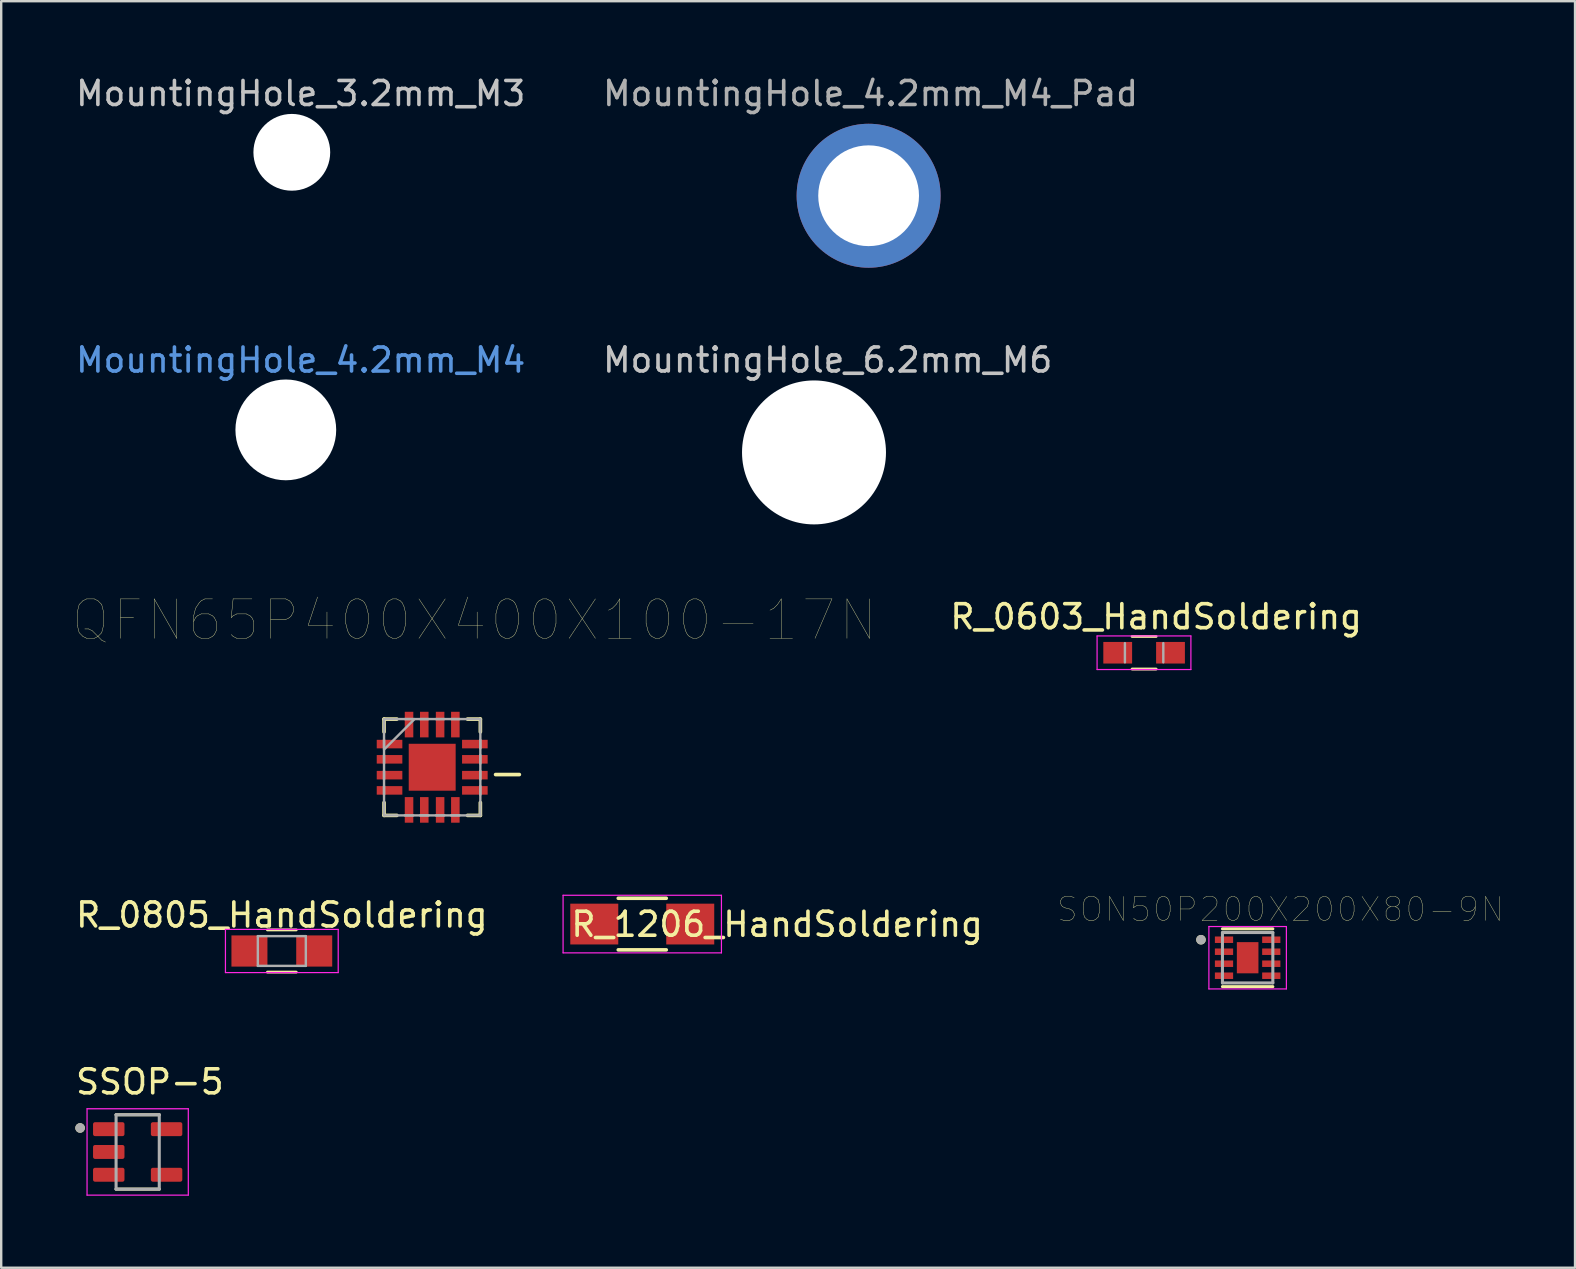
<source format=kicad_pcb>
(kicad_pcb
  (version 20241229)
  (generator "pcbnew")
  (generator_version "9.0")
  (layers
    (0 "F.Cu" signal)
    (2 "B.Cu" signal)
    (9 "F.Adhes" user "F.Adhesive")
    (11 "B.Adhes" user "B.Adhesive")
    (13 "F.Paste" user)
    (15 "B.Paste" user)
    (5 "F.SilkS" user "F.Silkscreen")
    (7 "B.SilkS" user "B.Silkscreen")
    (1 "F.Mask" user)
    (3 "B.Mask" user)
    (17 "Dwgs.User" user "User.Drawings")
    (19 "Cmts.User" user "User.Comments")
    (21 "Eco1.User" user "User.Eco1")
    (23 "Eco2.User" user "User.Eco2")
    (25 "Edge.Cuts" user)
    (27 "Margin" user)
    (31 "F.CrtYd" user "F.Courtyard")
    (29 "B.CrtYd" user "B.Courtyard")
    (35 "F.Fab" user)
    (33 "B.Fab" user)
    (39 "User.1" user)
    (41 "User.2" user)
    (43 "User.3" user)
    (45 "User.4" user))
  (footprint "R_0805_HandSoldering"
    (layer "F.Cu")
    (at 8.696 36.586)
    (property "Reference" "R_0805_HandSoldering" (at 0 -1.5 0) (layer "F.SilkS") (effects (font (size 1 1) (thickness 0.15))))
    (attr through_hole)
    (fp_line (start -0.6 -0.88) (end 0.6 -0.88) (stroke (width 0.12) (type solid)) (layer "F.SilkS"))
    (fp_line (start 0.6 0.88) (end -0.6 0.88) (stroke (width 0.12) (type solid)) (layer "F.SilkS"))
    (fp_line (start -2.35 -0.9) (end -2.35 0.9) (stroke (width 0.05) (type solid)) (layer "F.CrtYd"))
    (fp_line (start -2.35 -0.9) (end 2.35 -0.9) (stroke (width 0.05) (type solid)) (layer "F.CrtYd"))
    (fp_line (start 2.35 0.9) (end -2.35 0.9) (stroke (width 0.05) (type solid)) (layer "F.CrtYd"))
    (fp_line (start 2.35 0.9) (end 2.35 -0.9) (stroke (width 0.05) (type solid)) (layer "F.CrtYd"))
    (fp_line (start -1 -0.62) (end 1 -0.62) (stroke (width 0.1) (type solid)) (layer "F.Fab"))
    (fp_line (start -1 0.62) (end -1 -0.62) (stroke (width 0.1) (type solid)) (layer "F.Fab"))
    (fp_line (start 1 -0.62) (end 1 0.62) (stroke (width 0.1) (type solid)) (layer "F.Fab"))
    (fp_line (start 1 0.62) (end -1 0.62) (stroke (width 0.1) (type solid)) (layer "F.Fab"))
    (pad "1" smd rect (at -1.35 0) (size 1.5 1.3) (layers "F.Cu" "F.Mask" "F.Paste"))
    (pad "2" smd rect (at 1.35 0) (size 1.5 1.3) (layers "F.Cu" "F.Mask" "F.Paste")))
  (footprint "MountingHole_6.2mm_M6"
    (layer "F.Cu")
    (at 30.876 15.806)
    (property "Reference" "MountingHole_6.2mm_M6" (at 0.57 -3.85 0) (layer "Dwgs.User") (effects (font (size 1 1) (thickness 0.15))))
    (attr through_hole)
    (pad "" np_thru_hole circle (at 0 0) (size 6 6) (drill 6) (layers "*.Cu" "*.Mask")))
  (footprint "MountingHole_4.2mm_M4"
    (layer "F.Cu")
    (at 8.862 14.867)
    (property "Reference" "MountingHole_4.2mm_M4" (at 0.62 -2.91 0) (layer "Cmts.User") (effects (font (size 1 1) (thickness 0.15))))
    (attr through_hole)
    (pad "" np_thru_hole circle (at 0 0) (size 4.2 4.2) (drill 4.2) (layers "*.Cu" "*.Mask")))
  (footprint "QFN65P400X400X100-17N"
    (layer "F.Cu")
    (at 14.963 28.927)
    (property "Reference" "QFN65P400X400X100-17N" (at 1.756 -6.133 0) (layer "F.SilkS") (effects (font (size 1.643 1.643) (thickness 0.015))))
    (attr through_hole)
    (fp_line (start -2.007 -2.007) (end -2.007 -1.473) (stroke (width 0.152) (type solid)) (layer "F.SilkS"))
    (fp_line (start -2.007 1.473) (end -2.007 2.007) (stroke (width 0.152) (type solid)) (layer "F.SilkS"))
    (fp_line (start -2.007 2.007) (end -1.473 2.007) (stroke (width 0.152) (type solid)) (layer "F.SilkS"))
    (fp_line (start -1.473 -2.007) (end -2.007 -2.007) (stroke (width 0.152) (type solid)) (layer "F.SilkS"))
    (fp_line (start 1.473 2.007) (end 2.007 2.007) (stroke (width 0.152) (type solid)) (layer "F.SilkS"))
    (fp_line (start 2.007 -2.007) (end 1.473 -2.007) (stroke (width 0.152) (type solid)) (layer "F.SilkS"))
    (fp_line (start 2.007 -1.473) (end 2.007 -2.007) (stroke (width 0.152) (type solid)) (layer "F.SilkS"))
    (fp_line (start 2.007 2.007) (end 2.007 1.473) (stroke (width 0.152) (type solid)) (layer "F.SilkS"))
    (fp_line (start 2.642 0.305) (end 3.632 0.305) (stroke (width 0.152) (type solid)) (layer "F.SilkS"))
    (fp_line (start -2.007 -2.007) (end -2.007 2.007) (stroke (width 0.1) (type solid)) (layer "F.Fab"))
    (fp_line (start -2.007 -1.143) (end -2.007 -0.787) (stroke (width 0.1) (type solid)) (layer "F.Fab"))
    (fp_line (start -2.007 -0.737) (end -0.737 -2.007) (stroke (width 0.1) (type solid)) (layer "F.Fab"))
    (fp_line (start -2.007 -0.508) (end -2.007 -0.152) (stroke (width 0.1) (type solid)) (layer "F.Fab"))
    (fp_line (start -2.007 0.152) (end -2.007 0.508) (stroke (width 0.1) (type solid)) (layer "F.Fab"))
    (fp_line (start -2.007 0.787) (end -2.007 1.143) (stroke (width 0.1) (type solid)) (layer "F.Fab"))
    (fp_line (start -2.007 2.007) (end 2.007 2.007) (stroke (width 0.1) (type solid)) (layer "F.Fab"))
    (fp_line (start -1.143 2.007) (end -0.787 2.007) (stroke (width 0.1) (type solid)) (layer "F.Fab"))
    (fp_line (start -0.787 -2.007) (end -1.143 -2.007) (stroke (width 0.1) (type solid)) (layer "F.Fab"))
    (fp_line (start -0.508 2.007) (end -0.152 2.007) (stroke (width 0.1) (type solid)) (layer "F.Fab"))
    (fp_line (start -0.152 -2.007) (end -0.508 -2.007) (stroke (width 0.1) (type solid)) (layer "F.Fab"))
    (fp_line (start 0.152 2.007) (end 0.508 2.007) (stroke (width 0.1) (type solid)) (layer "F.Fab"))
    (fp_line (start 0.508 -2.007) (end 0.152 -2.007) (stroke (width 0.1) (type solid)) (layer "F.Fab"))
    (fp_line (start 0.787 2.007) (end 1.143 2.007) (stroke (width 0.1) (type solid)) (layer "F.Fab"))
    (fp_line (start 1.143 -2.007) (end 0.787 -2.007) (stroke (width 0.1) (type solid)) (layer "F.Fab"))
    (fp_line (start 2.007 -2.007) (end -2.007 -2.007) (stroke (width 0.1) (type solid)) (layer "F.Fab"))
    (fp_line (start 2.007 -0.787) (end 2.007 -1.143) (stroke (width 0.1) (type solid)) (layer "F.Fab"))
    (fp_line (start 2.007 -0.152) (end 2.007 -0.508) (stroke (width 0.1) (type solid)) (layer "F.Fab"))
    (fp_line (start 2.007 0.508) (end 2.007 0.152) (stroke (width 0.1) (type solid)) (layer "F.Fab"))
    (fp_line (start 2.007 1.143) (end 2.007 0.787) (stroke (width 0.1) (type solid)) (layer "F.Fab"))
    (fp_line (start 2.007 2.007) (end 2.007 -2.007) (stroke (width 0.1) (type solid)) (layer "F.Fab"))
    (pad "1" smd rect (at -1.778 -0.965) (size 1.067 0.356) (layers "F.Cu" "F.Mask" "F.Paste"))
    (pad "2" smd rect (at -1.778 -0.33) (size 1.067 0.356) (layers "F.Cu" "F.Mask" "F.Paste"))
    (pad "3" smd rect (at -1.778 0.33) (size 1.067 0.356) (layers "F.Cu" "F.Mask" "F.Paste"))
    (pad "4" smd rect (at -1.778 0.965) (size 1.067 0.356) (layers "F.Cu" "F.Mask" "F.Paste"))
    (pad "5" smd rect (at -0.965 1.778) (size 0.356 1.067) (layers "F.Cu" "F.Mask" "F.Paste"))
    (pad "6" smd rect (at -0.33 1.778) (size 0.356 1.067) (layers "F.Cu" "F.Mask" "F.Paste"))
    (pad "7" smd rect (at 0.33 1.778) (size 0.356 1.067) (layers "F.Cu" "F.Mask" "F.Paste"))
    (pad "8" smd rect (at 0.965 1.778) (size 0.356 1.067) (layers "F.Cu" "F.Mask" "F.Paste"))
    (pad "9" smd rect (at 1.778 0.965) (size 1.067 0.356) (layers "F.Cu" "F.Mask" "F.Paste"))
    (pad "10" smd rect (at 1.778 0.33) (size 1.067 0.356) (layers "F.Cu" "F.Mask" "F.Paste"))
    (pad "11" smd rect (at 1.778 -0.33) (size 1.067 0.356) (layers "F.Cu" "F.Mask" "F.Paste"))
    (pad "12" smd rect (at 1.778 -0.965) (size 1.067 0.356) (layers "F.Cu" "F.Mask" "F.Paste"))
    (pad "13" smd rect (at 0.965 -1.778) (size 0.356 1.067) (layers "F.Cu" "F.Mask" "F.Paste"))
    (pad "14" smd rect (at 0.33 -1.778) (size 0.356 1.067) (layers "F.Cu" "F.Mask" "F.Paste"))
    (pad "15" smd rect (at -0.33 -1.778) (size 0.356 1.067) (layers "F.Cu" "F.Mask" "F.Paste"))
    (pad "16" smd rect (at -0.965 -1.778) (size 0.356 1.067) (layers "F.Cu" "F.Mask" "F.Paste"))
    (pad "17" smd rect (at 0 0) (size 1.956 1.956) (layers "F.Cu" "F.Mask" "F.Paste")))
  (footprint "SON50P200X200X80-9N"
    (layer "F.Cu")
    (at 48.949 36.866)
    (property "Reference" "SON50P200X200X80-9N" (at 1.365 -2.017 0) (layer "F.SilkS") (effects (font (size 1 1) (thickness 0.015))))
    (attr through_hole)
    (fp_line (start -1.05 -1.205) (end 1.05 -1.205) (stroke (width 0.127) (type solid)) (layer "F.SilkS"))
    (fp_line (start -1.05 1.205) (end 1.05 1.205) (stroke (width 0.127) (type solid)) (layer "F.SilkS"))
    (fp_circle (center -1.945 -0.75) (end -1.845 -0.75) (stroke (width 0.2) (type solid)) (fill no) (layer "F.SilkS"))
    (fp_poly (pts (xy -0.28 -0.41) (xy 0.28 -0.41) (xy 0.28 0.41) (xy -0.28 0.41)) (stroke (width 0.01) (type solid)) (fill yes) (layer "F.Paste"))
    (fp_line (start -1.615 -1.3) (end -1.615 1.3) (stroke (width 0.05) (type solid)) (layer "F.CrtYd"))
    (fp_line (start -1.615 -1.3) (end 1.615 -1.3) (stroke (width 0.05) (type solid)) (layer "F.CrtYd"))
    (fp_line (start -1.615 1.3) (end 1.615 1.3) (stroke (width 0.05) (type solid)) (layer "F.CrtYd"))
    (fp_line (start 1.615 -1.3) (end 1.615 1.3) (stroke (width 0.05) (type solid)) (layer "F.CrtYd"))
    (fp_line (start -1.05 -1.05) (end -1.05 1.05) (stroke (width 0.127) (type solid)) (layer "F.Fab"))
    (fp_line (start -1.05 -1.05) (end 1.05 -1.05) (stroke (width 0.127) (type solid)) (layer "F.Fab"))
    (fp_line (start -1.05 1.05) (end 1.05 1.05) (stroke (width 0.127) (type solid)) (layer "F.Fab"))
    (fp_line (start 1.05 -1.05) (end 1.05 1.05) (stroke (width 0.127) (type solid)) (layer "F.Fab"))
    (fp_circle (center -1.945 -0.75) (end -1.845 -0.75) (stroke (width 0.2) (type solid)) (fill no) (layer "F.Fab"))
    (pad "1" smd rect (at -0.985 -0.75) (size 0.76 0.27) (layers "F.Cu" "F.Mask" "F.Paste"))
    (pad "2" smd rect (at -0.985 -0.25) (size 0.76 0.27) (layers "F.Cu" "F.Mask" "F.Paste"))
    (pad "3" smd rect (at -0.985 0.25) (size 0.76 0.27) (layers "F.Cu" "F.Mask" "F.Paste"))
    (pad "4" smd rect (at -0.985 0.75) (size 0.76 0.27) (layers "F.Cu" "F.Mask" "F.Paste"))
    (pad "5" smd rect (at 0.985 0.75) (size 0.76 0.27) (layers "F.Cu" "F.Mask" "F.Paste"))
    (pad "6" smd rect (at 0.985 0.25) (size 0.76 0.27) (layers "F.Cu" "F.Mask" "F.Paste"))
    (pad "7" smd rect (at 0.985 -0.25) (size 0.76 0.27) (layers "F.Cu" "F.Mask" "F.Paste"))
    (pad "8" smd rect (at 0.985 -0.75) (size 0.76 0.27) (layers "F.Cu" "F.Mask" "F.Paste"))
    (pad "9" smd rect (at 0 0) (size 0.9 1.3) (layers "F.Cu" "F.Mask")))
  (footprint "R_0603_HandSoldering"
    (layer "F.Cu")
    (at 44.634 24.155)
    (property "Reference" "R_0603_HandSoldering" (at 0.5 -1.5 0) (layer "F.SilkS") (effects (font (size 1 1) (thickness 0.15))))
    (attr through_hole)
    (fp_line (start -0.5 -0.68) (end 0.5 -0.68) (stroke (width 0.12) (type solid)) (layer "F.SilkS"))
    (fp_line (start 0.5 0.68) (end -0.5 0.68) (stroke (width 0.12) (type solid)) (layer "F.SilkS"))
    (fp_line (start -1.96 -0.7) (end -1.96 0.7) (stroke (width 0.05) (type solid)) (layer "F.CrtYd"))
    (fp_line (start -1.96 -0.7) (end 1.95 -0.7) (stroke (width 0.05) (type solid)) (layer "F.CrtYd"))
    (fp_line (start 1.95 0.7) (end -1.96 0.7) (stroke (width 0.05) (type solid)) (layer "F.CrtYd"))
    (fp_line (start 1.95 0.7) (end 1.95 -0.7) (stroke (width 0.05) (type solid)) (layer "F.CrtYd"))
    (fp_line (start -0.8 0.4) (end -0.8 -0.4) (stroke (width 0.1) (type solid)) (layer "F.Fab"))
    (fp_line (start 0.8 -0.4) (end 0.8 0.4) (stroke (width 0.1) (type solid)) (layer "F.Fab"))
    (pad "1" smd rect (at -1.1 0) (size 1.2 0.9) (layers "F.Cu" "F.Mask" "F.Paste"))
    (pad "2" smd rect (at 1.1 0) (size 1.2 0.9) (layers "F.Cu" "F.Mask" "F.Paste")))
  (footprint "SSOP-5"
    (layer "F.Cu")
    (at 2.688 44.961)
    (property "Reference" "SSOP-5" (at 0.508 -2.921 0) (layer "F.SilkS") (effects (font (size 1 1) (thickness 0.15))))
    (attr smd)
    (fp_line (start -0.9 -1.55) (end 0.9 -1.55) (stroke (width 0.127) (type solid)) (layer "F.SilkS"))
    (fp_line (start 0.9 1.55) (end -0.9 1.55) (stroke (width 0.127) (type solid)) (layer "F.SilkS"))
    (fp_circle (center -2.4 -1) (end -2.3 -1) (stroke (width 0.2) (type solid)) (fill no) (layer "F.SilkS"))
    (fp_line (start -2.11 -1.8) (end 2.11 -1.8) (stroke (width 0.05) (type solid)) (layer "F.CrtYd"))
    (fp_line (start -2.11 1.8) (end -2.11 -1.8) (stroke (width 0.05) (type solid)) (layer "F.CrtYd"))
    (fp_line (start 2.11 -1.8) (end 2.11 1.8) (stroke (width 0.05) (type solid)) (layer "F.CrtYd"))
    (fp_line (start 2.11 1.8) (end -2.11 1.8) (stroke (width 0.05) (type solid)) (layer "F.CrtYd"))
    (fp_line (start -0.9 -1.55) (end 0.9 -1.55) (stroke (width 0.127) (type solid)) (layer "F.Fab"))
    (fp_line (start -0.9 1.55) (end -0.9 -1.55) (stroke (width 0.127) (type solid)) (layer "F.Fab"))
    (fp_line (start 0.9 -1.55) (end 0.9 1.55) (stroke (width 0.127) (type solid)) (layer "F.Fab"))
    (fp_line (start 0.9 1.55) (end -0.9 1.55) (stroke (width 0.127) (type solid)) (layer "F.Fab"))
    (fp_circle (center -2.4 -1) (end -2.3 -1) (stroke (width 0.2) (type solid)) (fill no) (layer "F.Fab"))
    (pad "1" smd roundrect (at -1.205 -0.95) (size 1.31 0.58) (layers "F.Cu" "F.Mask" "F.Paste") (roundrect_rratio 0.14))
    (pad "2" smd roundrect (at -1.205 0) (size 1.31 0.58) (layers "F.Cu" "F.Mask" "F.Paste") (roundrect_rratio 0.14))
    (pad "3" smd roundrect (at -1.205 0.95) (size 1.31 0.58) (layers "F.Cu" "F.Mask" "F.Paste") (roundrect_rratio 0.14))
    (pad "4" smd roundrect (at 1.205 0.95) (size 1.31 0.58) (layers "F.Cu" "F.Mask" "F.Paste") (roundrect_rratio 0.14))
    (pad "5" smd roundrect (at 1.205 -0.95) (size 1.31 0.58) (layers "F.Cu" "F.Mask" "F.Paste") (roundrect_rratio 0.14)))
  (footprint "R_1206_HandSoldering"
    (layer "F.Cu")
    (at 23.718 35.463)
    (property "Reference" "R_1206_HandSoldering" (at 5.62 0.01 0) (layer "F.SilkS") (effects (font (size 1 1) (thickness 0.15))))
    (attr smd)
    (fp_line (start -1 -1.075) (end 1 -1.075) (stroke (width 0.15) (type solid)) (layer "F.SilkS"))
    (fp_line (start 1 1.075) (end -1 1.075) (stroke (width 0.15) (type solid)) (layer "F.SilkS"))
    (fp_line (start -3.3 -1.2) (end -3.3 1.2) (stroke (width 0.05) (type solid)) (layer "F.CrtYd"))
    (fp_line (start -3.3 -1.2) (end 3.3 -1.2) (stroke (width 0.05) (type solid)) (layer "F.CrtYd"))
    (fp_line (start -3.3 1.2) (end 3.3 1.2) (stroke (width 0.05) (type solid)) (layer "F.CrtYd"))
    (fp_line (start 3.3 -1.2) (end 3.3 1.2) (stroke (width 0.05) (type solid)) (layer "F.CrtYd"))
    (pad "1" smd rect (at -2 0) (size 2 1.7) (layers "F.Cu" "F.Mask" "F.Paste"))
    (pad "2" smd rect (at 2 0) (size 2 1.7) (layers "F.Cu" "F.Mask" "F.Paste")))
  (footprint "MountingHole_4.2mm_M4_Pad"
    (layer "F.Cu")
    (at 33.172 5.078)
    (property "Reference" "MountingHole_4.2mm_M4_Pad" (at 0.06 -4.23 0) (layer "F.Fab") (effects (font (size 1 1) (thickness 0.15))))
    (attr through_hole)
    (pad "" thru_hole circle (at -0.02 0.03) (size 6 6) (drill 4.2) (layers "*.Cu" "*.Mask")))
  (footprint "MountingHole_3.2mm_M3"
    (layer "F.Cu")
    (at 9.112 3.298)
    (property "Reference" "MountingHole_3.2mm_M3" (at 0.37 -2.45 0) (layer "Dwgs.User") (effects (font (size 1 1) (thickness 0.15))))
    (attr through_hole)
    (pad "" np_thru_hole circle (at 0 0) (size 3.2 3.2) (drill 3.2) (layers "*.Cu" "*.Mask")))
  (gr_rect
    (start -3 -3)
    (end 62.594 49.786)
    (stroke (width 0.1) (type default))
    (fill no)
    (layer "Edge.Cuts")))
</source>
